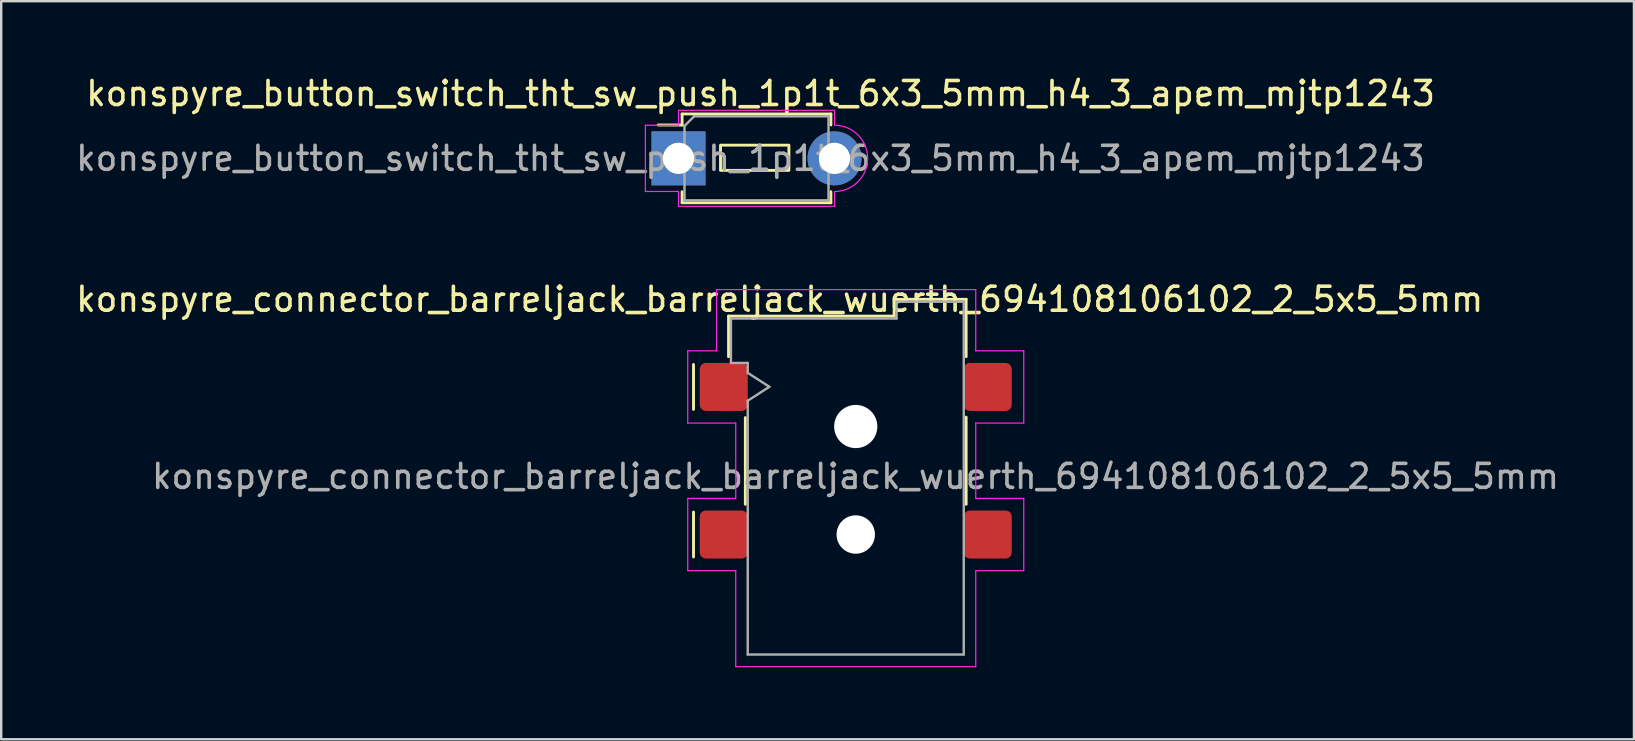
<source format=kicad_pcb>
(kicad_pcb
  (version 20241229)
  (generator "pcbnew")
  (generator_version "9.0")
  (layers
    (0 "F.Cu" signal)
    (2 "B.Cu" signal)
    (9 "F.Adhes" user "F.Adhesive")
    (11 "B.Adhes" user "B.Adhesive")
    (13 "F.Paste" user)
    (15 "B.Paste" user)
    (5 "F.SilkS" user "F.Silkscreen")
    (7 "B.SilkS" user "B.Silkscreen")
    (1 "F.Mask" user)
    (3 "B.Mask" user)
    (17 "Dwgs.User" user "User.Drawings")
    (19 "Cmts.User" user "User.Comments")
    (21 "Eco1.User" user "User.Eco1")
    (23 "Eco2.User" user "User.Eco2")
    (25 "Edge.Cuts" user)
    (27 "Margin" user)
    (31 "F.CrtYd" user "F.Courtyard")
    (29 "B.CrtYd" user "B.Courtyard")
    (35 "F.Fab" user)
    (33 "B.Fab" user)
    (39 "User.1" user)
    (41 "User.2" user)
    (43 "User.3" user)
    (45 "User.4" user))
  (footprint "konspyre_button_switch_tht_sw_push_1p1t_6x3_5mm_h4_3_apem_mjtp1243"
    (layer "F.Cu")
    (at 25.22 3.548)
    (property "Reference" "konspyre_button_switch_tht_sw_push_1p1t_6x3_5mm_h4_3_apem_mjtp1243" (at 3.42 -2.7 0) (layer "F.SilkS") (effects (font (size 1 1) (thickness 0.15))))
    (attr through_hole)
    (fp_line (start 0.15 -1.85) (end 0.15 -1.39) (stroke (width 0.12) (type default)) (layer "F.SilkS"))
    (fp_line (start 0.15 -1.39) (end -0.85 -1.39) (stroke (width 0.12) (type default)) (layer "F.SilkS"))
    (fp_line (start 0.15 1.39) (end 0.15 1.85) (stroke (width 0.12) (type solid)) (layer "F.SilkS"))
    (fp_line (start 0.15 1.85) (end 6.35 1.85) (stroke (width 0.12) (type solid)) (layer "F.SilkS"))
    (fp_line (start 6.35 -1.85) (end 0.15 -1.85) (stroke (width 0.12) (type solid)) (layer "F.SilkS"))
    (fp_line (start 6.35 -1.85) (end 6.35 -1.39) (stroke (width 0.12) (type solid)) (layer "F.SilkS"))
    (fp_line (start 6.35 1.39) (end 6.35 1.85) (stroke (width 0.12) (type solid)) (layer "F.SilkS"))
    (fp_rect (start 1.75 -0.55) (end 4.6 0.5) (stroke (width 0.12) (type default)) (fill no) (layer "F.SilkS"))
    (fp_line (start -1.38 -1.38) (end 0 -1.38) (stroke (width 0.05) (type default)) (layer "F.CrtYd"))
    (fp_line (start -1.38 1.38) (end -1.38 -1.38) (stroke (width 0.05) (type solid)) (layer "F.CrtYd"))
    (fp_line (start -1.38 1.38) (end 0 1.38) (stroke (width 0.05) (type default)) (layer "F.CrtYd"))
    (fp_line (start 0 -2) (end 0 -1.38) (stroke (width 0.05) (type default)) (layer "F.CrtYd"))
    (fp_line (start 0 -2) (end 6.5 -2) (stroke (width 0.05) (type solid)) (layer "F.CrtYd"))
    (fp_line (start 0 1.38) (end 0 2) (stroke (width 0.05) (type default)) (layer "F.CrtYd"))
    (fp_line (start 6.5 -2) (end 6.5 -1.38) (stroke (width 0.05) (type default)) (layer "F.CrtYd"))
    (fp_line (start 6.5 1.38) (end 6.5 2) (stroke (width 0.05) (type default)) (layer "F.CrtYd"))
    (fp_line (start 6.5 2) (end 0 2) (stroke (width 0.05) (type solid)) (layer "F.CrtYd"))
    (fp_arc (start 6.5 -1.38) (mid 7.88 0) (end 6.5 1.38) (stroke (width 0.05) (type default)) (layer "F.CrtYd"))
    (fp_line (start 0.25 1.75) (end 0.25 -1.35) (stroke (width 0.1) (type solid)) (layer "F.Fab"))
    (fp_line (start 0.65 -1.75) (end 0.25 -1.35) (stroke (width 0.1) (type default)) (layer "F.Fab"))
    (fp_line (start 0.65 -1.75) (end 6.25 -1.75) (stroke (width 0.1) (type solid)) (layer "F.Fab"))
    (fp_line (start 6.25 -1.75) (end 6.25 1.75) (stroke (width 0.1) (type solid)) (layer "F.Fab"))
    (fp_line (start 6.25 1.75) (end 0.25 1.75) (stroke (width 0.1) (type solid)) (layer "F.Fab"))
    (fp_text user "${REFERENCE}" (at 3 0 0) (layer "F.Fab") (effects (font (size 1 1) (thickness 0.15))))
    (pad "1" thru_hole rect (at 0 0 90) (size 2.25 2.25) (drill 1.3) (layers "*.Cu" "*.Mask"))
    (pad "2" thru_hole circle (at 6.5 0 90) (size 2.25 2.25) (drill 1.3) (layers "*.Cu" "*.Mask")))
  (footprint "konspyre_connector_barreljack_barreljack_wuerth_694108106102_2_5x5_5mm"
    (layer "F.Cu")
    (at 32.605 16.146)
    (property "Reference" "konspyre_connector_barreljack_barreljack_wuerth_694108106102_2_5x5_5mm" (at -3.17 -6.725 0) (layer "F.SilkS") (effects (font (size 1 1) (thickness 0.15))))
    (attr smd)
    (fp_circle (center 0 -1.425) (end 0.9 -1.425) (stroke (width 0.12) (type solid)) (fill no) (layer "B.Mask"))
    (fp_circle (center 0 3.075) (end 0.8 3.075) (stroke (width 0.12) (type solid)) (fill no) (layer "B.Mask"))
    (fp_line (start -6.76 -4.01) (end -6.76 -2.14) (stroke (width 0.12) (type default)) (layer "F.SilkS"))
    (fp_line (start -6.76 2.14) (end -6.76 4.01) (stroke (width 0.12) (type default)) (layer "F.SilkS"))
    (fp_line (start -5.3 -4.335) (end -5.3 -6.025) (stroke (width 0.12) (type solid)) (layer "F.SilkS"))
    (fp_line (start -4.6 -1.795) (end -4.6 1.815) (stroke (width 0.12) (type solid)) (layer "F.SilkS"))
    (fp_line (start 1.6 -6.725) (end 1.6 -6.025) (stroke (width 0.12) (type solid)) (layer "F.SilkS"))
    (fp_line (start 1.6 -6.025) (end -5.3 -6.025) (stroke (width 0.12) (type solid)) (layer "F.SilkS"))
    (fp_line (start 4.6 -6.725) (end 1.6 -6.725) (stroke (width 0.12) (type solid)) (layer "F.SilkS"))
    (fp_line (start 4.6 -6.725) (end 4.6 -4.335) (stroke (width 0.12) (type default)) (layer "F.SilkS"))
    (fp_line (start 4.6 -1.815) (end 4.6 1.815) (stroke (width 0.12) (type solid)) (layer "F.SilkS"))
    (fp_line (start -7 -4.58) (end -7 -1.57) (stroke (width 0.05) (type default)) (layer "F.CrtYd"))
    (fp_line (start -7 1.57) (end -7 4.58) (stroke (width 0.05) (type default)) (layer "F.CrtYd"))
    (fp_line (start -5.8 -7.13) (end -5.8 -4.58) (stroke (width 0.05) (type default)) (layer "F.CrtYd"))
    (fp_line (start -5.8 -7.13) (end 5 -7.13) (stroke (width 0.05) (type solid)) (layer "F.CrtYd"))
    (fp_line (start -5.8 -4.58) (end -7 -4.58) (stroke (width 0.05) (type default)) (layer "F.CrtYd"))
    (fp_line (start -5 -1.57) (end -7 -1.57) (stroke (width 0.05) (type default)) (layer "F.CrtYd"))
    (fp_line (start -5 -1.57) (end -5 1.57) (stroke (width 0.05) (type default)) (layer "F.CrtYd"))
    (fp_line (start -5 1.57) (end -7 1.57) (stroke (width 0.05) (type default)) (layer "F.CrtYd"))
    (fp_line (start -5 4.58) (end -7 4.58) (stroke (width 0.05) (type default)) (layer "F.CrtYd"))
    (fp_line (start -5 8.58) (end -5 4.58) (stroke (width 0.05) (type solid)) (layer "F.CrtYd"))
    (fp_line (start 5 -7.13) (end 5 -4.58) (stroke (width 0.05) (type default)) (layer "F.CrtYd"))
    (fp_line (start 5 -4.58) (end 7 -4.58) (stroke (width 0.05) (type default)) (layer "F.CrtYd"))
    (fp_line (start 5 -1.57) (end 5 1.57) (stroke (width 0.05) (type default)) (layer "F.CrtYd"))
    (fp_line (start 5 1.57) (end 7 1.57) (stroke (width 0.05) (type default)) (layer "F.CrtYd"))
    (fp_line (start 5 4.58) (end 5 8.58) (stroke (width 0.05) (type default)) (layer "F.CrtYd"))
    (fp_line (start 5 8.58) (end -5 8.58) (stroke (width 0.05) (type solid)) (layer "F.CrtYd"))
    (fp_line (start 7 -4.58) (end 7 -1.57) (stroke (width 0.05) (type default)) (layer "F.CrtYd"))
    (fp_line (start 7 -1.57) (end 5 -1.57) (stroke (width 0.05) (type default)) (layer "F.CrtYd"))
    (fp_line (start 7 1.57) (end 7 4.58) (stroke (width 0.05) (type default)) (layer "F.CrtYd"))
    (fp_line (start 7 4.58) (end 5 4.58) (stroke (width 0.05) (type default)) (layer "F.CrtYd"))
    (fp_line (start -5.2 -5.925) (end -5.2 -4.075) (stroke (width 0.1) (type default)) (layer "F.Fab"))
    (fp_line (start -5.2 -4.075) (end -4.5 -4.075) (stroke (width 0.1) (type default)) (layer "F.Fab"))
    (fp_line (start -4.5 -4.075) (end -4.5 -3.66) (stroke (width 0.1) (type default)) (layer "F.Fab"))
    (fp_line (start -4.5 -3.66) (end -3.6 -3.08) (stroke (width 0.1) (type default)) (layer "F.Fab"))
    (fp_line (start -4.5 -2.5) (end -4.5 8.075) (stroke (width 0.1) (type default)) (layer "F.Fab"))
    (fp_line (start -4.5 8.075) (end 4.5 8.075) (stroke (width 0.1) (type default)) (layer "F.Fab"))
    (fp_line (start -3.6 -3.08) (end -4.5 -2.5) (stroke (width 0.1) (type default)) (layer "F.Fab"))
    (fp_line (start 1.7 -6.625) (end 1.7 -5.925) (stroke (width 0.1) (type default)) (layer "F.Fab"))
    (fp_line (start 1.7 -5.925) (end -5.2 -5.925) (stroke (width 0.1) (type default)) (layer "F.Fab"))
    (fp_line (start 4.5 -6.625) (end 1.7 -6.625) (stroke (width 0.1) (type default)) (layer "F.Fab"))
    (fp_line (start 4.5 8.075) (end 4.5 -6.625) (stroke (width 0.1) (type default)) (layer "F.Fab"))
    (fp_text user "${REFERENCE}" (at -0.01 0.655 0) (layer "F.Fab") (effects (font (size 1 1) (thickness 0.15))))
    (pad "" np_thru_hole circle (at 0 -1.425) (size 1.8 1.8) (drill 1.8) (layers "*.Cu" "*.Mask"))
    (pad "" np_thru_hole circle (at 0 3.075) (size 1.6 1.6) (drill 1.6) (layers "*.Cu" "*.Mask"))
    (pad "1" smd roundrect (at -5.5 -3.075) (size 2 2) (layers "F.Cu" "F.Mask" "F.Paste") (roundrect_rratio 0.125))
    (pad "1" smd roundrect (at -5.5 3.075) (size 2 2) (layers "F.Cu" "F.Mask" "F.Paste") (roundrect_rratio 0.125))
    (pad "2" smd roundrect (at 5.5 3.075) (size 2 2) (layers "F.Cu" "F.Mask" "F.Paste") (roundrect_rratio 0.125))
    (pad "3" smd roundrect (at 5.5 -3.075) (size 2 2) (layers "F.Cu" "F.Mask" "F.Paste") (roundrect_rratio 0.125)))
  (gr_rect
    (start -3 -3)
    (end 65.029 27.752)
    (stroke (width 0.1) (type default))
    (fill no)
    (layer "Edge.Cuts")))
</source>
